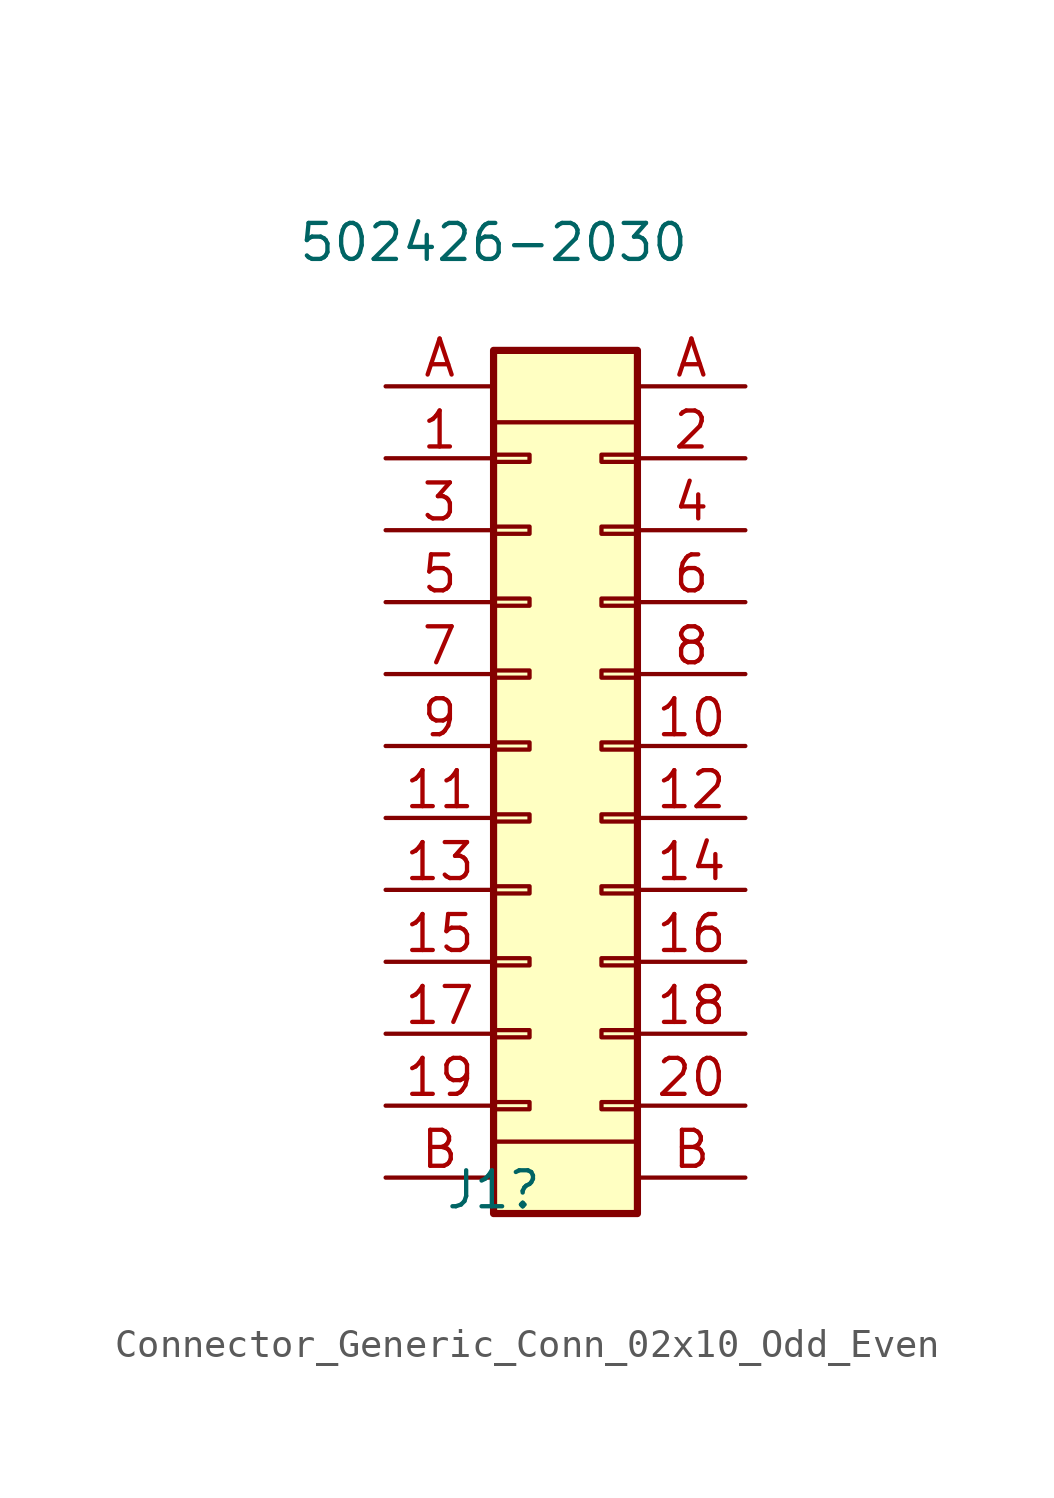
<source format=kicad_sym>
(kicad_symbol_lib
  (version 20210619)
  (generator kicad_symbol_editor)
  (symbol "Connector_Generic_Conn_02x10_Odd_Even"
    (pin_names
      (offset 1.016) hide)
    (property "Reference" "J1"
      (at -1.27 -15.672 0)
      (effects (font (size 1.27 1.27))))
    (property "Value" "502426-2030"
      (at -1.27 17.78 0)
      (effects (font (size 1.27 1.27))))
    (symbol "Connector_Generic_Conn_02x10_Odd_Even_0_1"
      (rectangle (start -1.27 -16.51) (end 3.81 -13.97) (stroke (width 0)) (fill (type none)))
      (rectangle (start -1.27 11.43) (end 3.81 13.97) (stroke (width 0)) (fill (type none))))
    (symbol "Connector_Generic_Conn_02x10_Odd_Even_1_1"
      (rectangle (start -1.27 -12.573) (end 0 -12.827) (stroke (width 0.152)) (fill (type none)))
      (rectangle (start -1.27 -10.033) (end 0 -10.287) (stroke (width 0.152)) (fill (type none)))
      (rectangle (start -1.27 -7.493) (end 0 -7.747) (stroke (width 0.152)) (fill (type none)))
      (rectangle (start -1.27 -4.953) (end 0 -5.207) (stroke (width 0.152)) (fill (type none)))
      (rectangle (start -1.27 -2.413) (end 0 -2.667) (stroke (width 0.152)) (fill (type none)))
      (rectangle (start -1.27 0.127) (end 0 -0.127) (stroke (width 0.152)) (fill (type none)))
      (rectangle (start -1.27 2.667) (end 0 2.413) (stroke (width 0.152)) (fill (type none)))
      (rectangle (start -1.27 5.207) (end 0 4.953) (stroke (width 0.152)) (fill (type none)))
      (rectangle (start -1.27 7.747) (end 0 7.493) (stroke (width 0.152)) (fill (type none)))
      (rectangle (start -1.27 10.287) (end 0 10.033) (stroke (width 0.152)) (fill (type none)))
      (rectangle (start 3.81 -12.573) (end 2.54 -12.827) (stroke (width 0.152)) (fill (type none)))
      (rectangle (start 3.81 -10.033) (end 2.54 -10.287) (stroke (width 0.152)) (fill (type none)))
      (rectangle (start 3.81 -7.493) (end 2.54 -7.747) (stroke (width 0.152)) (fill (type none)))
      (rectangle (start 3.81 -4.953) (end 2.54 -5.207) (stroke (width 0.152)) (fill (type none)))
      (rectangle (start 3.81 -2.413) (end 2.54 -2.667) (stroke (width 0.152)) (fill (type none)))
      (rectangle (start 3.81 0.127) (end 2.54 -0.127) (stroke (width 0.152)) (fill (type none)))
      (rectangle (start 3.81 2.667) (end 2.54 2.413) (stroke (width 0.152)) (fill (type none)))
      (rectangle (start 3.81 5.207) (end 2.54 4.953) (stroke (width 0.152)) (fill (type none)))
      (rectangle (start 3.81 7.747) (end 2.54 7.493) (stroke (width 0.152)) (fill (type none)))
      (rectangle (start 3.81 10.287) (end 2.54 10.033) (stroke (width 0.152)) (fill (type none)))
      (rectangle (start -1.27 13.97) (end 3.81 -16.51) (stroke (width 0.254)) (fill (type background)))
      (pin passive line (at -5.08 10.16 0) (length 3.81) (name "Pin_1" (effects (font (size 1.27 1.27)))) (number "1" (effects (font (size 1.27 1.27)))))
      (pin passive line (at 7.62 0 180) (length 3.81) (name "Pin_10" (effects (font (size 1.27 1.27)))) (number "10" (effects (font (size 1.27 1.27)))))
      (pin passive line (at -5.08 -2.54 0) (length 3.81) (name "Pin_11" (effects (font (size 1.27 1.27)))) (number "11" (effects (font (size 1.27 1.27)))))
      (pin passive line (at 7.62 -2.54 180) (length 3.81) (name "Pin_12" (effects (font (size 1.27 1.27)))) (number "12" (effects (font (size 1.27 1.27)))))
      (pin passive line (at -5.08 -5.08 0) (length 3.81) (name "Pin_13" (effects (font (size 1.27 1.27)))) (number "13" (effects (font (size 1.27 1.27)))))
      (pin passive line (at 7.62 -5.08 180) (length 3.81) (name "Pin_14" (effects (font (size 1.27 1.27)))) (number "14" (effects (font (size 1.27 1.27)))))
      (pin passive line (at -5.08 -7.62 0) (length 3.81) (name "Pin_15" (effects (font (size 1.27 1.27)))) (number "15" (effects (font (size 1.27 1.27)))))
      (pin passive line (at 7.62 -7.62 180) (length 3.81) (name "Pin_16" (effects (font (size 1.27 1.27)))) (number "16" (effects (font (size 1.27 1.27)))))
      (pin passive line (at -5.08 -10.16 0) (length 3.81) (name "Pin_17" (effects (font (size 1.27 1.27)))) (number "17" (effects (font (size 1.27 1.27)))))
      (pin passive line (at 7.62 -10.16 180) (length 3.81) (name "Pin_18" (effects (font (size 1.27 1.27)))) (number "18" (effects (font (size 1.27 1.27)))))
      (pin passive line (at -5.08 -12.7 0) (length 3.81) (name "Pin_19" (effects (font (size 1.27 1.27)))) (number "19" (effects (font (size 1.27 1.27)))))
      (pin passive line (at 7.62 10.16 180) (length 3.81) (name "Pin_2" (effects (font (size 1.27 1.27)))) (number "2" (effects (font (size 1.27 1.27)))))
      (pin passive line (at 7.62 -12.7 180) (length 3.81) (name "Pin_20" (effects (font (size 1.27 1.27)))) (number "20" (effects (font (size 1.27 1.27)))))
      (pin passive line (at -5.08 7.62 0) (length 3.81) (name "Pin_3" (effects (font (size 1.27 1.27)))) (number "3" (effects (font (size 1.27 1.27)))))
      (pin passive line (at 7.62 7.62 180) (length 3.81) (name "Pin_4" (effects (font (size 1.27 1.27)))) (number "4" (effects (font (size 1.27 1.27)))))
      (pin passive line (at -5.08 5.08 0) (length 3.81) (name "Pin_5" (effects (font (size 1.27 1.27)))) (number "5" (effects (font (size 1.27 1.27)))))
      (pin passive line (at 7.62 5.08 180) (length 3.81) (name "Pin_6" (effects (font (size 1.27 1.27)))) (number "6" (effects (font (size 1.27 1.27)))))
      (pin passive line (at -5.08 2.54 0) (length 3.81) (name "Pin_7" (effects (font (size 1.27 1.27)))) (number "7" (effects (font (size 1.27 1.27)))))
      (pin passive line (at 7.62 2.54 180) (length 3.81) (name "Pin_8" (effects (font (size 1.27 1.27)))) (number "8" (effects (font (size 1.27 1.27)))))
      (pin passive line (at -5.08 0 0) (length 3.81) (name "Pin_9" (effects (font (size 1.27 1.27)))) (number "9" (effects (font (size 1.27 1.27)))))
      (pin passive line (at -5.08 12.7 0) (length 3.81) (name "Pin_A" (effects (font (size 1.27 1.27)))) (number "A" (effects (font (size 1.27 1.27)))))
      (pin passive line (at 7.62 12.7 180) (length 3.81) (name "Pin_A" (effects (font (size 1.27 1.27)))) (number "A" (effects (font (size 1.27 1.27)))))
      (pin passive line (at -5.08 -15.24 0) (length 3.81) (name "Pin_B" (effects (font (size 1.27 1.27)))) (number "B" (effects (font (size 1.27 1.27)))))
      (pin passive line (at 7.62 -15.24 180) (length 3.81) (name "Pin_B" (effects (font (size 1.27 1.27)))) (number "B" (effects (font (size 1.27 1.27))))))))
</source>
